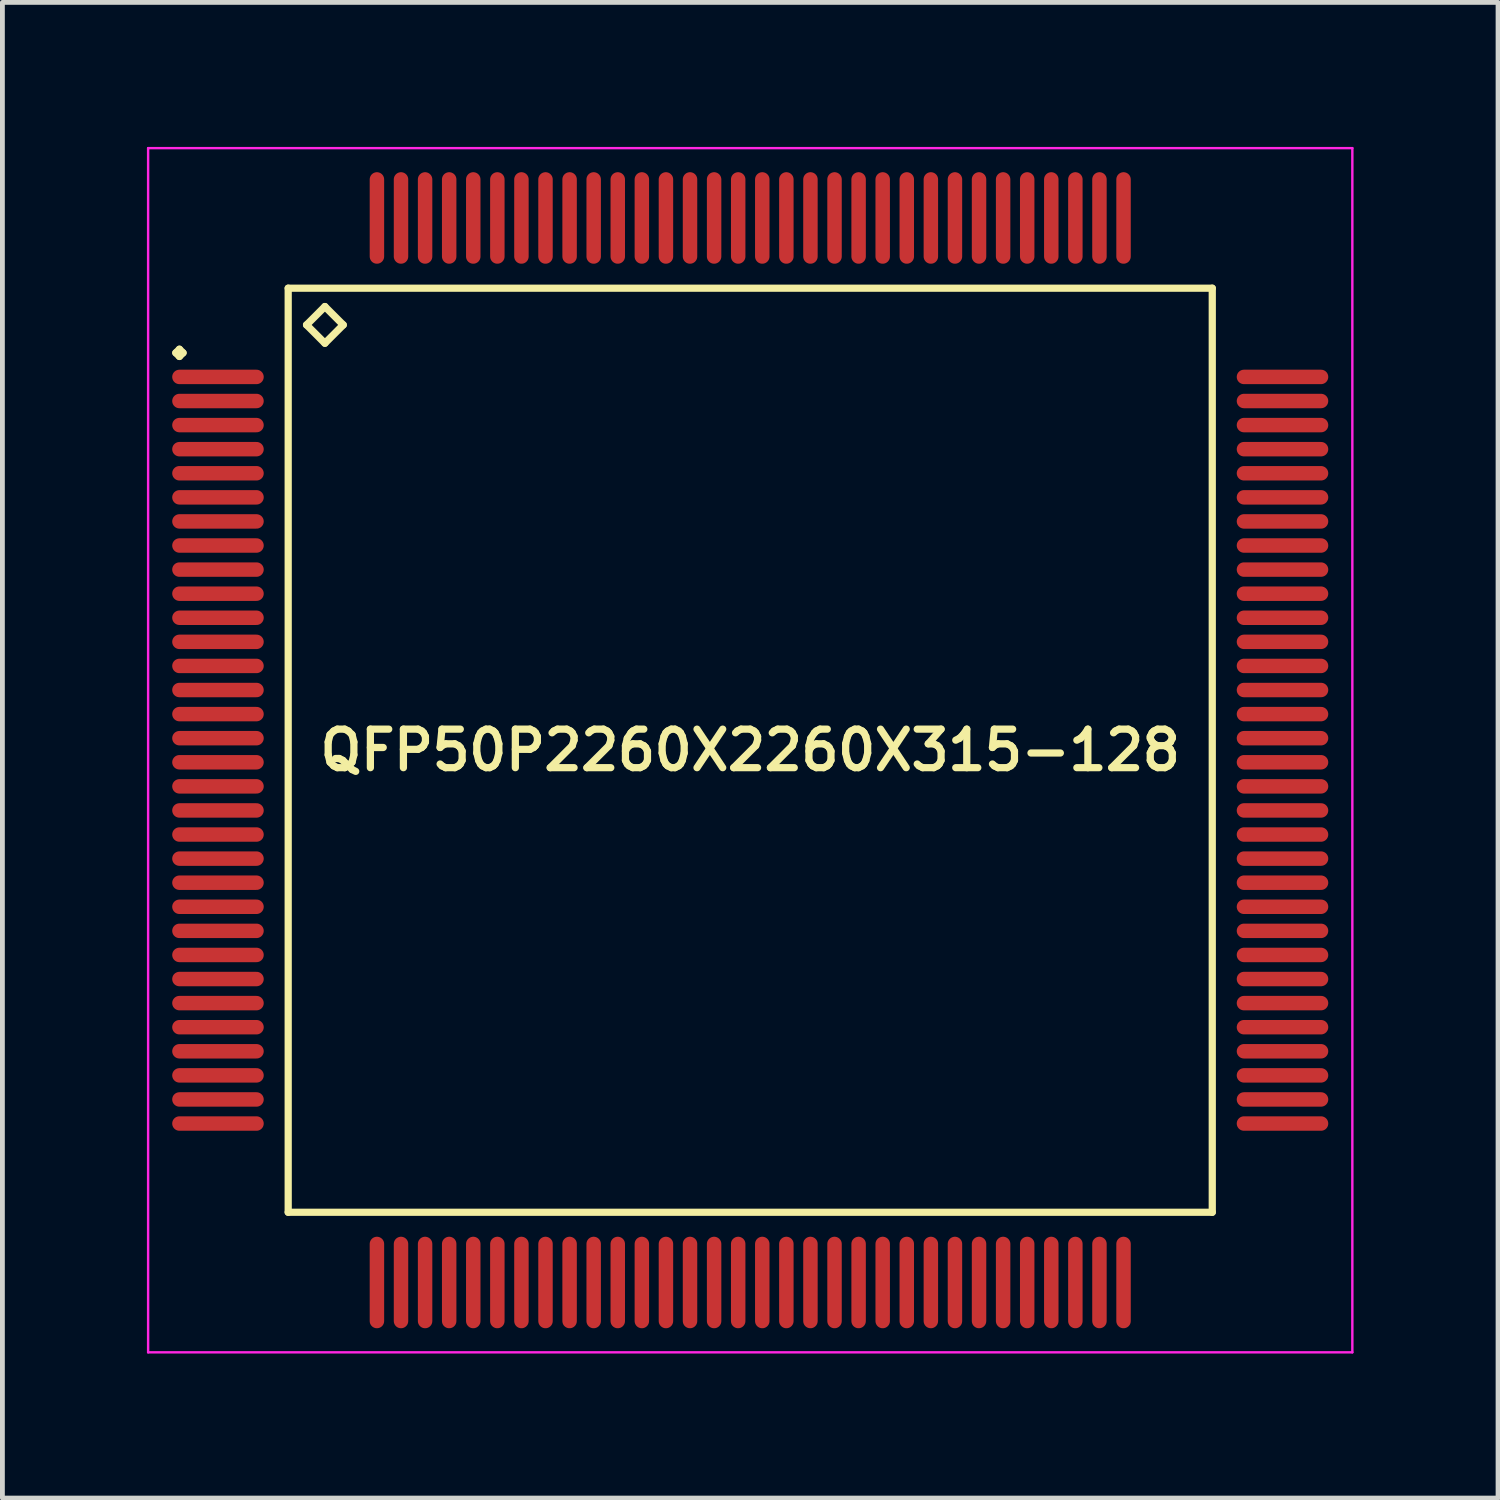
<source format=kicad_pcb>
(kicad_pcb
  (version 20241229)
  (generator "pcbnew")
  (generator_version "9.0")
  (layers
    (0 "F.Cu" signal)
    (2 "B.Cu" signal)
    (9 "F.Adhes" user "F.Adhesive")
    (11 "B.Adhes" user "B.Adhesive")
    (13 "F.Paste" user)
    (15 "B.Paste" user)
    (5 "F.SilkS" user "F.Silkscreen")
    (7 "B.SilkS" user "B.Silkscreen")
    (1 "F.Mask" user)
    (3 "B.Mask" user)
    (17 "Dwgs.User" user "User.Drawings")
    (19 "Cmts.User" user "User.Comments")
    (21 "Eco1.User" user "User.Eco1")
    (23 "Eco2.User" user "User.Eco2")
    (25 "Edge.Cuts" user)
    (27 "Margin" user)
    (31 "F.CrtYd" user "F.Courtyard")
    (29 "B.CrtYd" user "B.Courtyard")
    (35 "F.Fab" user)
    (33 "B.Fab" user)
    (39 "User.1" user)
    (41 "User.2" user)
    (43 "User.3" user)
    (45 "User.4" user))
  (footprint "QFP50P2260X2260X315-128"
    (layer "F.Cu")
    (at 12.525 12.525)
    (property "Reference" "QFP50P2260X2260X315-128" (at 0 0 0) (layer "F.SilkS") (effects (font (size 0.8 0.8) (thickness 0.15))))
    (attr smd)
    (fp_line (start -11.925 -8.25) (end -11.85 -8.325) (stroke (width 0.15) (type solid)) (layer "F.SilkS"))
    (fp_line (start -11.85 -8.325) (end -11.775 -8.25) (stroke (width 0.15) (type solid)) (layer "F.SilkS"))
    (fp_line (start -11.85 -8.175) (end -11.925 -8.25) (stroke (width 0.15) (type solid)) (layer "F.SilkS"))
    (fp_line (start -11.775 -8.25) (end -11.85 -8.175) (stroke (width 0.15) (type solid)) (layer "F.SilkS"))
    (fp_line (start -9.592 -9.592) (end -9.592 9.592) (stroke (width 0.15) (type solid)) (layer "F.SilkS"))
    (fp_line (start -9.592 9.592) (end 9.592 9.592) (stroke (width 0.15) (type solid)) (layer "F.SilkS"))
    (fp_line (start -9.211 -8.83) (end -8.83 -9.211) (stroke (width 0.15) (type solid)) (layer "F.SilkS"))
    (fp_line (start -8.83 -9.211) (end -8.449 -8.83) (stroke (width 0.15) (type solid)) (layer "F.SilkS"))
    (fp_line (start -8.83 -8.449) (end -9.211 -8.83) (stroke (width 0.15) (type solid)) (layer "F.SilkS"))
    (fp_line (start -8.449 -8.83) (end -8.83 -8.449) (stroke (width 0.15) (type solid)) (layer "F.SilkS"))
    (fp_line (start 9.592 -9.592) (end -9.592 -9.592) (stroke (width 0.15) (type solid)) (layer "F.SilkS"))
    (fp_line (start 9.592 9.592) (end 9.592 -9.592) (stroke (width 0.15) (type solid)) (layer "F.SilkS"))
    (fp_line (start -12.5 -12.5) (end 12.5 -12.5) (stroke (width 0.05) (type solid)) (layer "F.CrtYd"))
    (fp_line (start -12.5 12.5) (end -12.5 -12.5) (stroke (width 0.05) (type solid)) (layer "F.CrtYd"))
    (fp_line (start 12.5 -12.5) (end 12.5 12.5) (stroke (width 0.05) (type solid)) (layer "F.CrtYd"))
    (fp_line (start 12.5 12.5) (end -12.5 12.5) (stroke (width 0.05) (type solid)) (layer "F.CrtYd"))
    (pad "1" smd oval (at -11.05 -7.75) (size 1.9 0.3) (layers "F.Cu" "F.Mask" "F.Paste"))
    (pad "2" smd oval (at -11.05 -7.25) (size 1.9 0.3) (layers "F.Cu" "F.Mask" "F.Paste"))
    (pad "3" smd oval (at -11.05 -6.75) (size 1.9 0.3) (layers "F.Cu" "F.Mask" "F.Paste"))
    (pad "4" smd oval (at -11.05 -6.25) (size 1.9 0.3) (layers "F.Cu" "F.Mask" "F.Paste"))
    (pad "5" smd oval (at -11.05 -5.75) (size 1.9 0.3) (layers "F.Cu" "F.Mask" "F.Paste"))
    (pad "6" smd oval (at -11.05 -5.25) (size 1.9 0.3) (layers "F.Cu" "F.Mask" "F.Paste"))
    (pad "7" smd oval (at -11.05 -4.75) (size 1.9 0.3) (layers "F.Cu" "F.Mask" "F.Paste"))
    (pad "8" smd oval (at -11.05 -4.25) (size 1.9 0.3) (layers "F.Cu" "F.Mask" "F.Paste"))
    (pad "9" smd oval (at -11.05 -3.75) (size 1.9 0.3) (layers "F.Cu" "F.Mask" "F.Paste"))
    (pad "10" smd oval (at -11.05 -3.25) (size 1.9 0.3) (layers "F.Cu" "F.Mask" "F.Paste"))
    (pad "11" smd oval (at -11.05 -2.75) (size 1.9 0.3) (layers "F.Cu" "F.Mask" "F.Paste"))
    (pad "12" smd oval (at -11.05 -2.25) (size 1.9 0.3) (layers "F.Cu" "F.Mask" "F.Paste"))
    (pad "13" smd oval (at -11.05 -1.75) (size 1.9 0.3) (layers "F.Cu" "F.Mask" "F.Paste"))
    (pad "14" smd oval (at -11.05 -1.25) (size 1.9 0.3) (layers "F.Cu" "F.Mask" "F.Paste"))
    (pad "15" smd oval (at -11.05 -0.75) (size 1.9 0.3) (layers "F.Cu" "F.Mask" "F.Paste"))
    (pad "16" smd oval (at -11.05 -0.25) (size 1.9 0.3) (layers "F.Cu" "F.Mask" "F.Paste"))
    (pad "17" smd oval (at -11.05 0.25) (size 1.9 0.3) (layers "F.Cu" "F.Mask" "F.Paste"))
    (pad "18" smd oval (at -11.05 0.75) (size 1.9 0.3) (layers "F.Cu" "F.Mask" "F.Paste"))
    (pad "19" smd oval (at -11.05 1.25) (size 1.9 0.3) (layers "F.Cu" "F.Mask" "F.Paste"))
    (pad "20" smd oval (at -11.05 1.75) (size 1.9 0.3) (layers "F.Cu" "F.Mask" "F.Paste"))
    (pad "21" smd oval (at -11.05 2.25) (size 1.9 0.3) (layers "F.Cu" "F.Mask" "F.Paste"))
    (pad "22" smd oval (at -11.05 2.75) (size 1.9 0.3) (layers "F.Cu" "F.Mask" "F.Paste"))
    (pad "23" smd oval (at -11.05 3.25) (size 1.9 0.3) (layers "F.Cu" "F.Mask" "F.Paste"))
    (pad "24" smd oval (at -11.05 3.75) (size 1.9 0.3) (layers "F.Cu" "F.Mask" "F.Paste"))
    (pad "25" smd oval (at -11.05 4.25) (size 1.9 0.3) (layers "F.Cu" "F.Mask" "F.Paste"))
    (pad "26" smd oval (at -11.05 4.75) (size 1.9 0.3) (layers "F.Cu" "F.Mask" "F.Paste"))
    (pad "27" smd oval (at -11.05 5.25) (size 1.9 0.3) (layers "F.Cu" "F.Mask" "F.Paste"))
    (pad "28" smd oval (at -11.05 5.75) (size 1.9 0.3) (layers "F.Cu" "F.Mask" "F.Paste"))
    (pad "29" smd oval (at -11.05 6.25) (size 1.9 0.3) (layers "F.Cu" "F.Mask" "F.Paste"))
    (pad "30" smd oval (at -11.05 6.75) (size 1.9 0.3) (layers "F.Cu" "F.Mask" "F.Paste"))
    (pad "31" smd oval (at -11.05 7.25) (size 1.9 0.3) (layers "F.Cu" "F.Mask" "F.Paste"))
    (pad "32" smd oval (at -11.05 7.75) (size 1.9 0.3) (layers "F.Cu" "F.Mask" "F.Paste"))
    (pad "33" smd oval (at -7.75 11.05) (size 0.3 1.9) (layers "F.Cu" "F.Mask" "F.Paste"))
    (pad "34" smd oval (at -7.25 11.05) (size 0.3 1.9) (layers "F.Cu" "F.Mask" "F.Paste"))
    (pad "35" smd oval (at -6.75 11.05) (size 0.3 1.9) (layers "F.Cu" "F.Mask" "F.Paste"))
    (pad "36" smd oval (at -6.25 11.05) (size 0.3 1.9) (layers "F.Cu" "F.Mask" "F.Paste"))
    (pad "37" smd oval (at -5.75 11.05) (size 0.3 1.9) (layers "F.Cu" "F.Mask" "F.Paste"))
    (pad "38" smd oval (at -5.25 11.05) (size 0.3 1.9) (layers "F.Cu" "F.Mask" "F.Paste"))
    (pad "39" smd oval (at -4.75 11.05) (size 0.3 1.9) (layers "F.Cu" "F.Mask" "F.Paste"))
    (pad "40" smd oval (at -4.25 11.05) (size 0.3 1.9) (layers "F.Cu" "F.Mask" "F.Paste"))
    (pad "41" smd oval (at -3.75 11.05) (size 0.3 1.9) (layers "F.Cu" "F.Mask" "F.Paste"))
    (pad "42" smd oval (at -3.25 11.05) (size 0.3 1.9) (layers "F.Cu" "F.Mask" "F.Paste"))
    (pad "43" smd oval (at -2.75 11.05) (size 0.3 1.9) (layers "F.Cu" "F.Mask" "F.Paste"))
    (pad "44" smd oval (at -2.25 11.05) (size 0.3 1.9) (layers "F.Cu" "F.Mask" "F.Paste"))
    (pad "45" smd oval (at -1.75 11.05) (size 0.3 1.9) (layers "F.Cu" "F.Mask" "F.Paste"))
    (pad "46" smd oval (at -1.25 11.05) (size 0.3 1.9) (layers "F.Cu" "F.Mask" "F.Paste"))
    (pad "47" smd oval (at -0.75 11.05) (size 0.3 1.9) (layers "F.Cu" "F.Mask" "F.Paste"))
    (pad "48" smd oval (at -0.25 11.05) (size 0.3 1.9) (layers "F.Cu" "F.Mask" "F.Paste"))
    (pad "49" smd oval (at 0.25 11.05) (size 0.3 1.9) (layers "F.Cu" "F.Mask" "F.Paste"))
    (pad "50" smd oval (at 0.75 11.05) (size 0.3 1.9) (layers "F.Cu" "F.Mask" "F.Paste"))
    (pad "51" smd oval (at 1.25 11.05) (size 0.3 1.9) (layers "F.Cu" "F.Mask" "F.Paste"))
    (pad "52" smd oval (at 1.75 11.05) (size 0.3 1.9) (layers "F.Cu" "F.Mask" "F.Paste"))
    (pad "53" smd oval (at 2.25 11.05) (size 0.3 1.9) (layers "F.Cu" "F.Mask" "F.Paste"))
    (pad "54" smd oval (at 2.75 11.05) (size 0.3 1.9) (layers "F.Cu" "F.Mask" "F.Paste"))
    (pad "55" smd oval (at 3.25 11.05) (size 0.3 1.9) (layers "F.Cu" "F.Mask" "F.Paste"))
    (pad "56" smd oval (at 3.75 11.05) (size 0.3 1.9) (layers "F.Cu" "F.Mask" "F.Paste"))
    (pad "57" smd oval (at 4.25 11.05) (size 0.3 1.9) (layers "F.Cu" "F.Mask" "F.Paste"))
    (pad "58" smd oval (at 4.75 11.05) (size 0.3 1.9) (layers "F.Cu" "F.Mask" "F.Paste"))
    (pad "59" smd oval (at 5.25 11.05) (size 0.3 1.9) (layers "F.Cu" "F.Mask" "F.Paste"))
    (pad "60" smd oval (at 5.75 11.05) (size 0.3 1.9) (layers "F.Cu" "F.Mask" "F.Paste"))
    (pad "61" smd oval (at 6.25 11.05) (size 0.3 1.9) (layers "F.Cu" "F.Mask" "F.Paste"))
    (pad "62" smd oval (at 6.75 11.05) (size 0.3 1.9) (layers "F.Cu" "F.Mask" "F.Paste"))
    (pad "63" smd oval (at 7.25 11.05) (size 0.3 1.9) (layers "F.Cu" "F.Mask" "F.Paste"))
    (pad "64" smd oval (at 7.75 11.05) (size 0.3 1.9) (layers "F.Cu" "F.Mask" "F.Paste"))
    (pad "65" smd oval (at 11.05 7.75) (size 1.9 0.3) (layers "F.Cu" "F.Mask" "F.Paste"))
    (pad "66" smd oval (at 11.05 7.25) (size 1.9 0.3) (layers "F.Cu" "F.Mask" "F.Paste"))
    (pad "67" smd oval (at 11.05 6.75) (size 1.9 0.3) (layers "F.Cu" "F.Mask" "F.Paste"))
    (pad "68" smd oval (at 11.05 6.25) (size 1.9 0.3) (layers "F.Cu" "F.Mask" "F.Paste"))
    (pad "69" smd oval (at 11.05 5.75) (size 1.9 0.3) (layers "F.Cu" "F.Mask" "F.Paste"))
    (pad "70" smd oval (at 11.05 5.25) (size 1.9 0.3) (layers "F.Cu" "F.Mask" "F.Paste"))
    (pad "71" smd oval (at 11.05 4.75) (size 1.9 0.3) (layers "F.Cu" "F.Mask" "F.Paste"))
    (pad "72" smd oval (at 11.05 4.25) (size 1.9 0.3) (layers "F.Cu" "F.Mask" "F.Paste"))
    (pad "73" smd oval (at 11.05 3.75) (size 1.9 0.3) (layers "F.Cu" "F.Mask" "F.Paste"))
    (pad "74" smd oval (at 11.05 3.25) (size 1.9 0.3) (layers "F.Cu" "F.Mask" "F.Paste"))
    (pad "75" smd oval (at 11.05 2.75) (size 1.9 0.3) (layers "F.Cu" "F.Mask" "F.Paste"))
    (pad "76" smd oval (at 11.05 2.25) (size 1.9 0.3) (layers "F.Cu" "F.Mask" "F.Paste"))
    (pad "77" smd oval (at 11.05 1.75) (size 1.9 0.3) (layers "F.Cu" "F.Mask" "F.Paste"))
    (pad "78" smd oval (at 11.05 1.25) (size 1.9 0.3) (layers "F.Cu" "F.Mask" "F.Paste"))
    (pad "79" smd oval (at 11.05 0.75) (size 1.9 0.3) (layers "F.Cu" "F.Mask" "F.Paste"))
    (pad "80" smd oval (at 11.05 0.25) (size 1.9 0.3) (layers "F.Cu" "F.Mask" "F.Paste"))
    (pad "81" smd oval (at 11.05 -0.25) (size 1.9 0.3) (layers "F.Cu" "F.Mask" "F.Paste"))
    (pad "82" smd oval (at 11.05 -0.75) (size 1.9 0.3) (layers "F.Cu" "F.Mask" "F.Paste"))
    (pad "83" smd oval (at 11.05 -1.25) (size 1.9 0.3) (layers "F.Cu" "F.Mask" "F.Paste"))
    (pad "84" smd oval (at 11.05 -1.75) (size 1.9 0.3) (layers "F.Cu" "F.Mask" "F.Paste"))
    (pad "85" smd oval (at 11.05 -2.25) (size 1.9 0.3) (layers "F.Cu" "F.Mask" "F.Paste"))
    (pad "86" smd oval (at 11.05 -2.75) (size 1.9 0.3) (layers "F.Cu" "F.Mask" "F.Paste"))
    (pad "87" smd oval (at 11.05 -3.25) (size 1.9 0.3) (layers "F.Cu" "F.Mask" "F.Paste"))
    (pad "88" smd oval (at 11.05 -3.75) (size 1.9 0.3) (layers "F.Cu" "F.Mask" "F.Paste"))
    (pad "89" smd oval (at 11.05 -4.25) (size 1.9 0.3) (layers "F.Cu" "F.Mask" "F.Paste"))
    (pad "90" smd oval (at 11.05 -4.75) (size 1.9 0.3) (layers "F.Cu" "F.Mask" "F.Paste"))
    (pad "91" smd oval (at 11.05 -5.25) (size 1.9 0.3) (layers "F.Cu" "F.Mask" "F.Paste"))
    (pad "92" smd oval (at 11.05 -5.75) (size 1.9 0.3) (layers "F.Cu" "F.Mask" "F.Paste"))
    (pad "93" smd oval (at 11.05 -6.25) (size 1.9 0.3) (layers "F.Cu" "F.Mask" "F.Paste"))
    (pad "94" smd oval (at 11.05 -6.75) (size 1.9 0.3) (layers "F.Cu" "F.Mask" "F.Paste"))
    (pad "95" smd oval (at 11.05 -7.25) (size 1.9 0.3) (layers "F.Cu" "F.Mask" "F.Paste"))
    (pad "96" smd oval (at 11.05 -7.75) (size 1.9 0.3) (layers "F.Cu" "F.Mask" "F.Paste"))
    (pad "97" smd oval (at 7.75 -11.05) (size 0.3 1.9) (layers "F.Cu" "F.Mask" "F.Paste"))
    (pad "98" smd oval (at 7.25 -11.05) (size 0.3 1.9) (layers "F.Cu" "F.Mask" "F.Paste"))
    (pad "99" smd oval (at 6.75 -11.05) (size 0.3 1.9) (layers "F.Cu" "F.Mask" "F.Paste"))
    (pad "100" smd oval (at 6.25 -11.05) (size 0.3 1.9) (layers "F.Cu" "F.Mask" "F.Paste"))
    (pad "101" smd oval (at 5.75 -11.05) (size 0.3 1.9) (layers "F.Cu" "F.Mask" "F.Paste"))
    (pad "102" smd oval (at 5.25 -11.05) (size 0.3 1.9) (layers "F.Cu" "F.Mask" "F.Paste"))
    (pad "103" smd oval (at 4.75 -11.05) (size 0.3 1.9) (layers "F.Cu" "F.Mask" "F.Paste"))
    (pad "104" smd oval (at 4.25 -11.05) (size 0.3 1.9) (layers "F.Cu" "F.Mask" "F.Paste"))
    (pad "105" smd oval (at 3.75 -11.05) (size 0.3 1.9) (layers "F.Cu" "F.Mask" "F.Paste"))
    (pad "106" smd oval (at 3.25 -11.05) (size 0.3 1.9) (layers "F.Cu" "F.Mask" "F.Paste"))
    (pad "107" smd oval (at 2.75 -11.05) (size 0.3 1.9) (layers "F.Cu" "F.Mask" "F.Paste"))
    (pad "108" smd oval (at 2.25 -11.05) (size 0.3 1.9) (layers "F.Cu" "F.Mask" "F.Paste"))
    (pad "109" smd oval (at 1.75 -11.05) (size 0.3 1.9) (layers "F.Cu" "F.Mask" "F.Paste"))
    (pad "110" smd oval (at 1.25 -11.05) (size 0.3 1.9) (layers "F.Cu" "F.Mask" "F.Paste"))
    (pad "111" smd oval (at 0.75 -11.05) (size 0.3 1.9) (layers "F.Cu" "F.Mask" "F.Paste"))
    (pad "112" smd oval (at 0.25 -11.05) (size 0.3 1.9) (layers "F.Cu" "F.Mask" "F.Paste"))
    (pad "113" smd oval (at -0.25 -11.05) (size 0.3 1.9) (layers "F.Cu" "F.Mask" "F.Paste"))
    (pad "114" smd oval (at -0.75 -11.05) (size 0.3 1.9) (layers "F.Cu" "F.Mask" "F.Paste"))
    (pad "115" smd oval (at -1.25 -11.05) (size 0.3 1.9) (layers "F.Cu" "F.Mask" "F.Paste"))
    (pad "116" smd oval (at -1.75 -11.05) (size 0.3 1.9) (layers "F.Cu" "F.Mask" "F.Paste"))
    (pad "117" smd oval (at -2.25 -11.05) (size 0.3 1.9) (layers "F.Cu" "F.Mask" "F.Paste"))
    (pad "118" smd oval (at -2.75 -11.05) (size 0.3 1.9) (layers "F.Cu" "F.Mask" "F.Paste"))
    (pad "119" smd oval (at -3.25 -11.05) (size 0.3 1.9) (layers "F.Cu" "F.Mask" "F.Paste"))
    (pad "120" smd oval (at -3.75 -11.05) (size 0.3 1.9) (layers "F.Cu" "F.Mask" "F.Paste"))
    (pad "121" smd oval (at -4.25 -11.05) (size 0.3 1.9) (layers "F.Cu" "F.Mask" "F.Paste"))
    (pad "122" smd oval (at -4.75 -11.05) (size 0.3 1.9) (layers "F.Cu" "F.Mask" "F.Paste"))
    (pad "123" smd oval (at -5.25 -11.05) (size 0.3 1.9) (layers "F.Cu" "F.Mask" "F.Paste"))
    (pad "124" smd oval (at -5.75 -11.05) (size 0.3 1.9) (layers "F.Cu" "F.Mask" "F.Paste"))
    (pad "125" smd oval (at -6.25 -11.05) (size 0.3 1.9) (layers "F.Cu" "F.Mask" "F.Paste"))
    (pad "126" smd oval (at -6.75 -11.05) (size 0.3 1.9) (layers "F.Cu" "F.Mask" "F.Paste"))
    (pad "127" smd oval (at -7.25 -11.05) (size 0.3 1.9) (layers "F.Cu" "F.Mask" "F.Paste"))
    (pad "128" smd oval (at -7.75 -11.05) (size 0.3 1.9) (layers "F.Cu" "F.Mask" "F.Paste")))
  (gr_rect
    (start -3 -3)
    (end 28.05 28.05)
    (stroke (width 0.1) (type default))
    (fill no)
    (layer "Edge.Cuts")))
</source>
